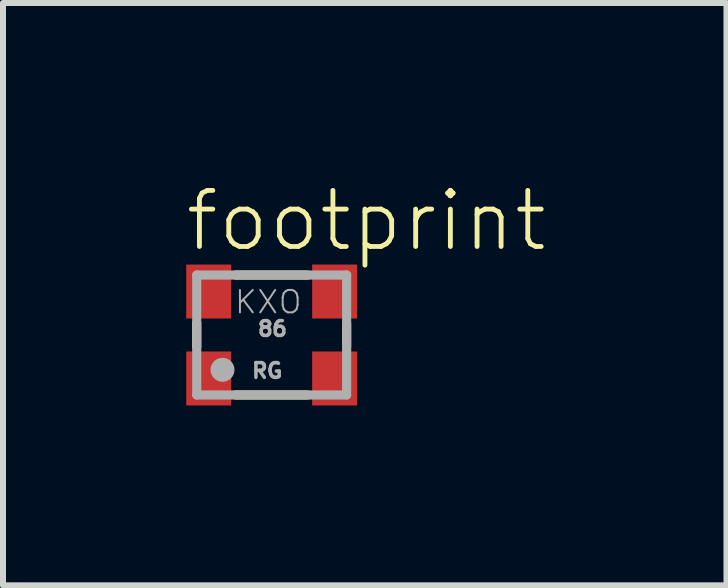
<source format=kicad_pcb>
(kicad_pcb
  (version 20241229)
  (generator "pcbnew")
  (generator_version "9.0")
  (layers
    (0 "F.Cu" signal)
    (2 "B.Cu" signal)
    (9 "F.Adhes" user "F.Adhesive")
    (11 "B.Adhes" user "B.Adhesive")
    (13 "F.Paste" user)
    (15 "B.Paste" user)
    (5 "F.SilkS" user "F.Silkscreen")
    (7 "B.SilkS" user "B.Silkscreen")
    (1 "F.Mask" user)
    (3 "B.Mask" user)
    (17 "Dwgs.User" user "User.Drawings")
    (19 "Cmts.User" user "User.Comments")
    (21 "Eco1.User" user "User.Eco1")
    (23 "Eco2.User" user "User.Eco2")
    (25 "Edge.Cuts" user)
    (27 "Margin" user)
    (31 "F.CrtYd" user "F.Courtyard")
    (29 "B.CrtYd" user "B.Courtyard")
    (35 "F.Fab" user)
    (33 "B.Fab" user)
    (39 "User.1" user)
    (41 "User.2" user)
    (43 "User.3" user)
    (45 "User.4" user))
  (footprint "footprint"
    (layer "F.Cu")
    (at 1.481 2.537)
    (property "Reference" "footprint" (at -1.481 -1.358 0) (layer "F.SilkS") (effects (font (size 0.935 0.935) (thickness 0.081)) (justify left bottom)))
    (fp_line (start -1.25 -0.2) (end -1.25 0.2) (stroke (width 0.152) (type solid)) (layer "F.SilkS"))
    (fp_line (start -0.6 -1) (end 0.6 -1) (stroke (width 0.152) (type solid)) (layer "F.SilkS"))
    (fp_line (start -0.6 1) (end 0.6 1) (stroke (width 0.152) (type solid)) (layer "F.SilkS"))
    (fp_line (start 1.25 -0.2) (end 1.25 0.2) (stroke (width 0.152) (type solid)) (layer "F.SilkS"))
    (fp_line (start -1.25 -1) (end -1.25 1) (stroke (width 0.152) (type solid)) (layer "F.Fab"))
    (fp_line (start -1.25 1) (end 1.25 1) (stroke (width 0.152) (type solid)) (layer "F.Fab"))
    (fp_line (start 1.25 -1) (end -1.25 -1) (stroke (width 0.152) (type solid)) (layer "F.Fab"))
    (fp_line (start 1.25 1) (end 1.25 -1) (stroke (width 0.152) (type solid)) (layer "F.Fab"))
    (fp_circle (center -0.82 0.58) (end -0.72 0.58) (stroke (width 0.2) (type solid)) (fill no) (layer "F.Fab"))
    (fp_text user "86" (at -0.26 0.04 0) (layer "F.Fab") (effects (font (size 0.247 0.247) (thickness 0.058)) (justify left bottom)))
    (fp_text user "KXO" (at -0.64 -0.33 0) (layer "F.Fab") (effects (font (size 0.374 0.374) (thickness 0.033)) (justify left bottom)))
    (fp_text user "RG" (at -0.36 0.74 0) (layer "F.Fab") (effects (font (size 0.247 0.247) (thickness 0.058)) (justify left bottom)))
    (pad "1" smd rect (at -1.05 0.725) (size 0.75 0.9) (layers "F.Cu" "F.Mask" "F.Paste"))
    (pad "2" smd rect (at 1.05 0.725) (size 0.75 0.9) (layers "F.Cu" "F.Mask" "F.Paste"))
    (pad "3" smd rect (at 1.05 -0.725) (size 0.75 0.9) (layers "F.Cu" "F.Mask" "F.Paste"))
    (pad "4" smd rect (at -1.05 -0.725) (size 0.75 0.9) (layers "F.Cu" "F.Mask" "F.Paste")))
  (gr_rect
    (start -3 -3)
    (end 9.066 6.712)
    (stroke (width 0.1) (type default))
    (fill no)
    (layer "Edge.Cuts")))
</source>
